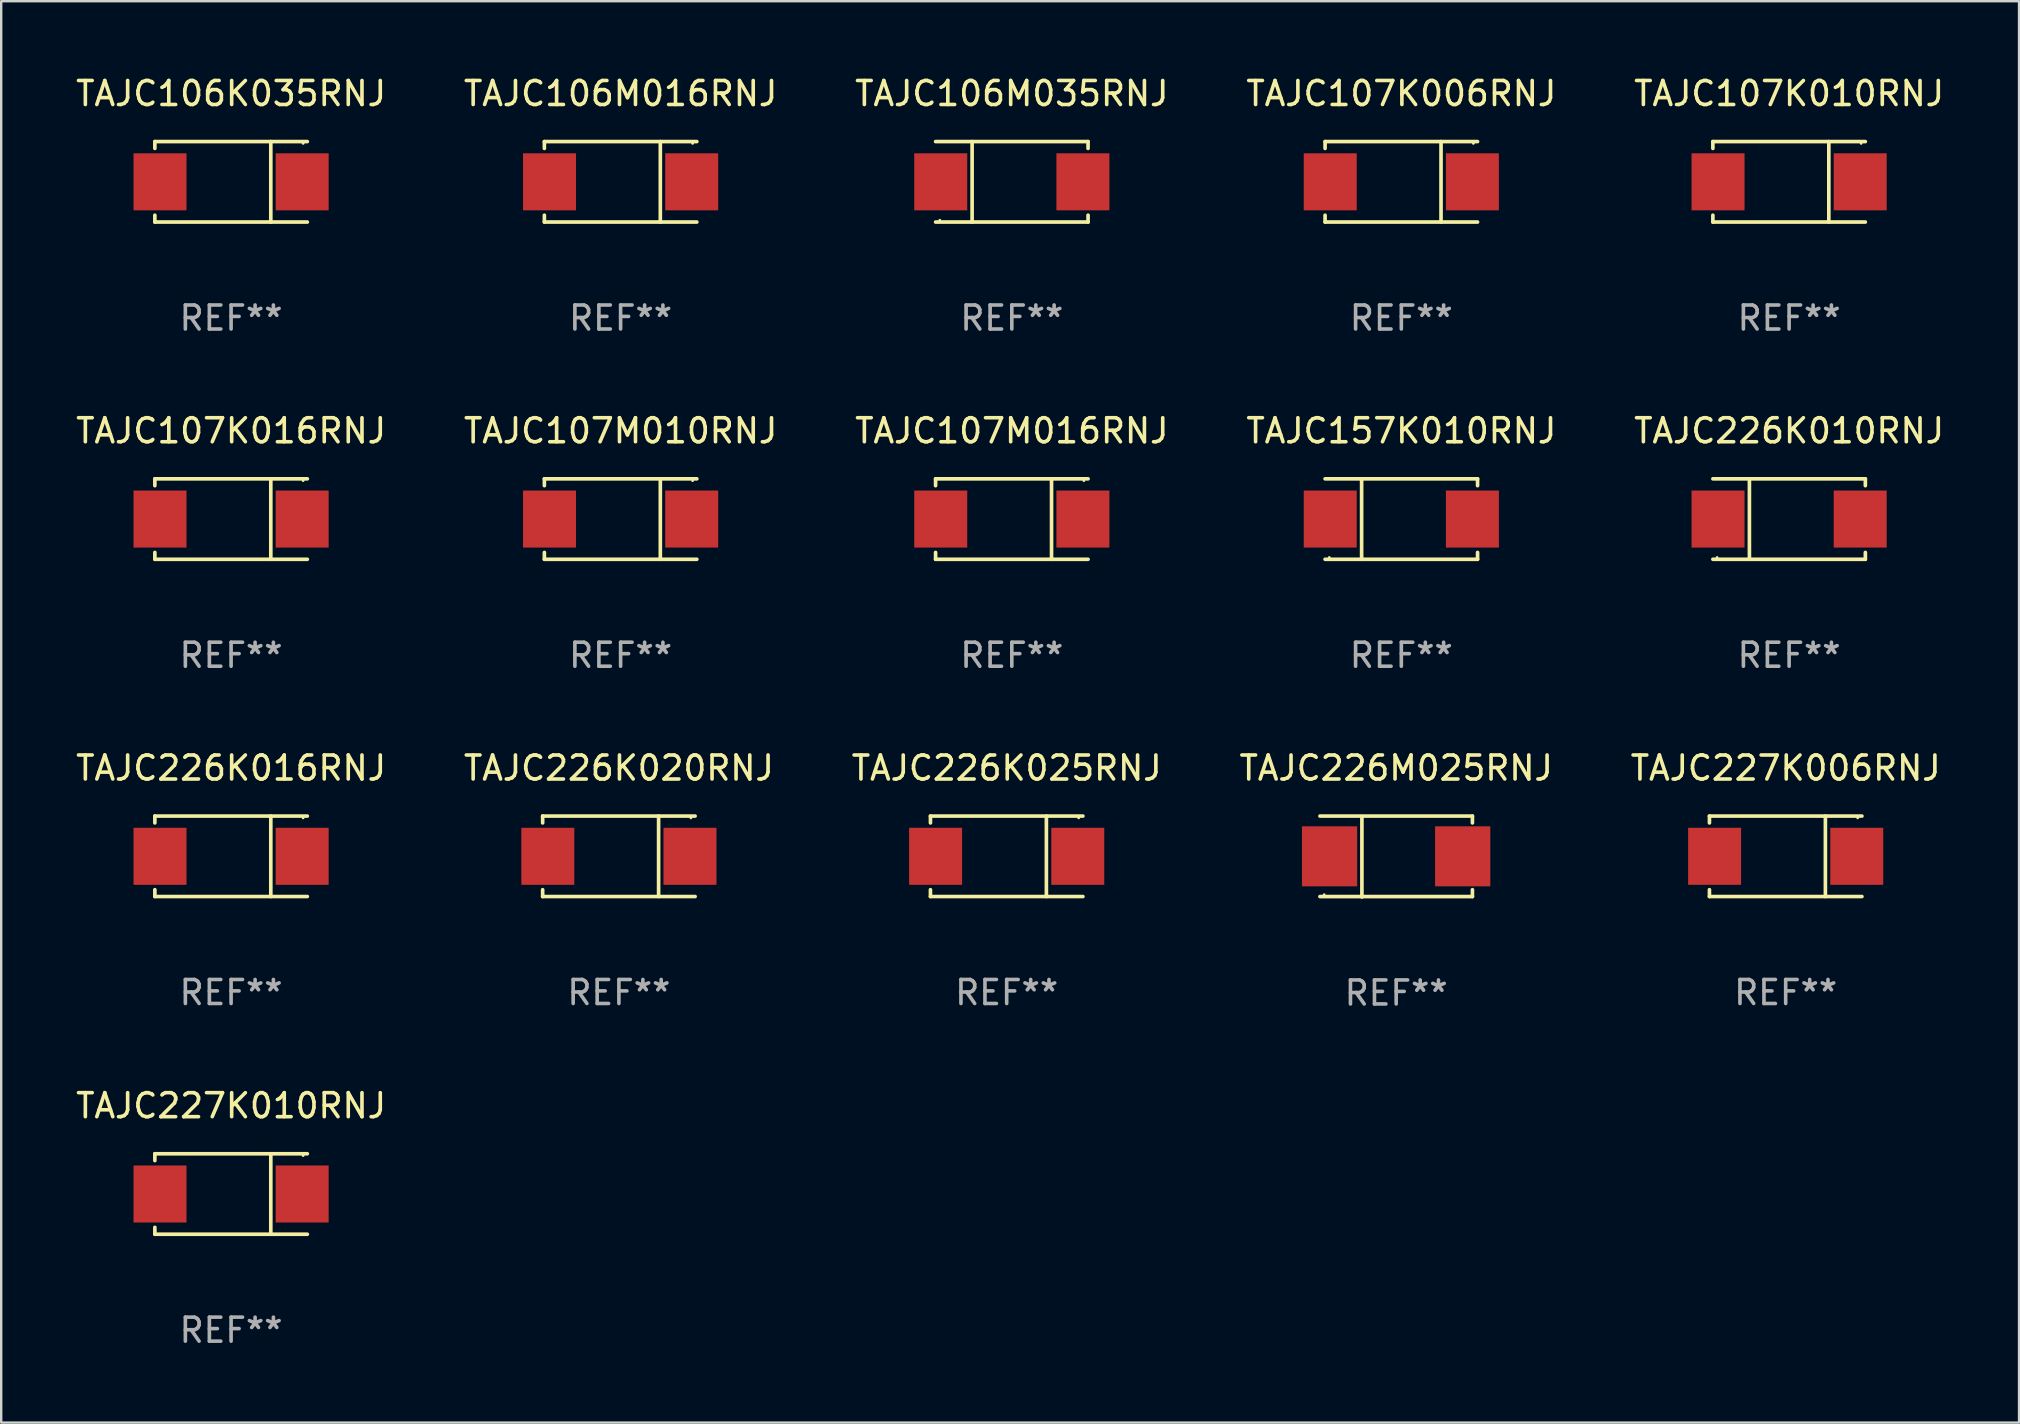
<source format=kicad_pcb>
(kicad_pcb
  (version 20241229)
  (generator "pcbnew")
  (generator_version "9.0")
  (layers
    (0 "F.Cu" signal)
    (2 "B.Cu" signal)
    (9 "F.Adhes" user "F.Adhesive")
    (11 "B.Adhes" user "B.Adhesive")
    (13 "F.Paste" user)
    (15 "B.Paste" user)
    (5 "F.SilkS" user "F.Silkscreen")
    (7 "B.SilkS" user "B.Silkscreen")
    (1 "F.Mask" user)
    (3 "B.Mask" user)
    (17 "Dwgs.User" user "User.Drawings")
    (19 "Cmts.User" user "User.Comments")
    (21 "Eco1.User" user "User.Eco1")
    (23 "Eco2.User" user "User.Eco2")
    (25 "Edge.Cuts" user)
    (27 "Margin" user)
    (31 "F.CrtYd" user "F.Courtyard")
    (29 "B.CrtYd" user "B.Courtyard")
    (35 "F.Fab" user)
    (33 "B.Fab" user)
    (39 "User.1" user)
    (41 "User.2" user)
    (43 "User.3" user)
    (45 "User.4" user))
  (footprint "TAJC157K010RNJ"
    (layer "F.Cu")
    (at 55.327 18.573)
    (property "Reference" "TAJC157K010RNJ" (at 0 -3.676 0) (layer "F.SilkS") (effects (font (size 1 1) (thickness 0.15))))
    (attr through_hole)
    (fp_line (start -1.654 1.676) (end -1.654 -1.676) (stroke (width 0.152) (type solid)) (layer "F.SilkS"))
    (fp_line (start 3.176 -1.676) (end -3.176 -1.676) (stroke (width 0.152) (type solid)) (layer "F.SilkS"))
    (fp_line (start 3.176 -1.676) (end 3.176 -1.391) (stroke (width 0.152) (type solid)) (layer "F.SilkS"))
    (fp_line (start 3.176 1.676) (end -3.176 1.676) (stroke (width 0.152) (type solid)) (layer "F.SilkS"))
    (fp_line (start 3.176 1.676) (end 3.176 1.391) (stroke (width 0.152) (type solid)) (layer "F.SilkS"))
    (fp_circle (center -3 1.6) (end -2.97 1.6) (stroke (width 0.06) (type solid)) (fill no) (layer "F.SilkS"))
    (fp_text user "REF**" (at 0 5.676 0) (layer "F.Fab") (effects (font (size 1 1) (thickness 0.15))))
    (pad "1" smd rect (at -2.961 -0.000051 180) (size 2.207 2.376) (layers "F.Cu" "F.Mask" "F.Paste"))
    (pad "2" smd rect (at 2.961 -0.000051 180) (size 2.207 2.376) (layers "F.Cu" "F.Mask" "F.Paste")))
  (footprint "TAJC106K035RNJ"
    (layer "F.Cu")
    (at 6.577 4.524)
    (property "Reference" "TAJC106K035RNJ" (at 0 -3.676 0) (layer "F.SilkS") (effects (font (size 1 1) (thickness 0.15))))
    (attr through_hole)
    (fp_line (start -3.176 -1.676) (end -3.176 -1.391) (stroke (width 0.152) (type solid)) (layer "F.SilkS"))
    (fp_line (start -3.176 -1.676) (end 3.176 -1.676) (stroke (width 0.152) (type solid)) (layer "F.SilkS"))
    (fp_line (start -3.176 1.676) (end -3.176 1.391) (stroke (width 0.152) (type solid)) (layer "F.SilkS"))
    (fp_line (start -3.176 1.676) (end 3.176 1.676) (stroke (width 0.152) (type solid)) (layer "F.SilkS"))
    (fp_line (start 1.654 -1.676) (end 1.654 1.676) (stroke (width 0.152) (type solid)) (layer "F.SilkS"))
    (fp_circle (center 3 -1.6) (end 3.03 -1.6) (stroke (width 0.06) (type solid)) (fill no) (layer "F.SilkS"))
    (fp_text user "REF**" (at 0 5.676 0) (layer "F.Fab") (effects (font (size 1 1) (thickness 0.15))))
    (pad "1" smd rect (at 2.961 0) (size 2.207 2.376) (layers "F.Cu" "F.Mask" "F.Paste"))
    (pad "2" smd rect (at -2.961 0) (size 2.207 2.376) (layers "F.Cu" "F.Mask" "F.Paste")))
  (footprint "TAJC226K010RNJ"
    (layer "F.Cu")
    (at 71.482 18.573)
    (property "Reference" "TAJC226K010RNJ" (at 0 -3.676 0) (layer "F.SilkS") (effects (font (size 1 1) (thickness 0.15))))
    (attr through_hole)
    (fp_line (start -1.654 1.676) (end -1.654 -1.676) (stroke (width 0.152) (type solid)) (layer "F.SilkS"))
    (fp_line (start 3.176 -1.676) (end -3.176 -1.676) (stroke (width 0.152) (type solid)) (layer "F.SilkS"))
    (fp_line (start 3.176 -1.676) (end 3.176 -1.391) (stroke (width 0.152) (type solid)) (layer "F.SilkS"))
    (fp_line (start 3.176 1.676) (end -3.176 1.676) (stroke (width 0.152) (type solid)) (layer "F.SilkS"))
    (fp_line (start 3.176 1.676) (end 3.176 1.391) (stroke (width 0.152) (type solid)) (layer "F.SilkS"))
    (fp_circle (center -3 1.6) (end -2.97 1.6) (stroke (width 0.06) (type solid)) (fill no) (layer "F.SilkS"))
    (fp_text user "REF**" (at 0 5.676 0) (layer "F.Fab") (effects (font (size 1 1) (thickness 0.15))))
    (pad "1" smd rect (at -2.961 -0.000051 180) (size 2.207 2.376) (layers "F.Cu" "F.Mask" "F.Paste"))
    (pad "2" smd rect (at 2.961 -0.000051 180) (size 2.207 2.376) (layers "F.Cu" "F.Mask" "F.Paste")))
  (footprint "TAJC226K016RNJ"
    (layer "F.Cu")
    (at 6.577 32.622)
    (property "Reference" "TAJC226K016RNJ" (at 0 -3.676 0) (layer "F.SilkS") (effects (font (size 1 1) (thickness 0.15))))
    (attr through_hole)
    (fp_line (start -3.176 -1.676) (end -3.176 -1.391) (stroke (width 0.152) (type solid)) (layer "F.SilkS"))
    (fp_line (start -3.176 -1.676) (end 3.176 -1.676) (stroke (width 0.152) (type solid)) (layer "F.SilkS"))
    (fp_line (start -3.176 1.676) (end -3.176 1.391) (stroke (width 0.152) (type solid)) (layer "F.SilkS"))
    (fp_line (start -3.176 1.676) (end 3.176 1.676) (stroke (width 0.152) (type solid)) (layer "F.SilkS"))
    (fp_line (start 1.654 -1.676) (end 1.654 1.676) (stroke (width 0.152) (type solid)) (layer "F.SilkS"))
    (fp_circle (center 3 -1.6) (end 3.03 -1.6) (stroke (width 0.06) (type solid)) (fill no) (layer "F.SilkS"))
    (fp_text user "REF**" (at 0 5.676 0) (layer "F.Fab") (effects (font (size 1 1) (thickness 0.15))))
    (pad "1" smd rect (at 2.961 0) (size 2.207 2.376) (layers "F.Cu" "F.Mask" "F.Paste"))
    (pad "2" smd rect (at -2.961 0) (size 2.207 2.376) (layers "F.Cu" "F.Mask" "F.Paste")))
  (footprint "TAJC106M035RNJ"
    (layer "F.Cu")
    (at 39.101 4.524)
    (property "Reference" "TAJC106M035RNJ" (at 0 -3.676 0) (layer "F.SilkS") (effects (font (size 1 1) (thickness 0.15))))
    (attr through_hole)
    (fp_line (start -1.654 1.676) (end -1.654 -1.676) (stroke (width 0.152) (type solid)) (layer "F.SilkS"))
    (fp_line (start 3.176 -1.676) (end -3.176 -1.676) (stroke (width 0.152) (type solid)) (layer "F.SilkS"))
    (fp_line (start 3.176 -1.676) (end 3.176 -1.391) (stroke (width 0.152) (type solid)) (layer "F.SilkS"))
    (fp_line (start 3.176 1.676) (end -3.176 1.676) (stroke (width 0.152) (type solid)) (layer "F.SilkS"))
    (fp_line (start 3.176 1.676) (end 3.176 1.391) (stroke (width 0.152) (type solid)) (layer "F.SilkS"))
    (fp_circle (center -3 1.6) (end -2.97 1.6) (stroke (width 0.06) (type solid)) (fill no) (layer "F.SilkS"))
    (fp_text user "REF**" (at 0 5.676 0) (layer "F.Fab") (effects (font (size 1 1) (thickness 0.15))))
    (pad "1" smd rect (at -2.961 -0.000051 180) (size 2.207 2.376) (layers "F.Cu" "F.Mask" "F.Paste"))
    (pad "2" smd rect (at 2.961 -0.000051 180) (size 2.207 2.376) (layers "F.Cu" "F.Mask" "F.Paste")))
  (footprint "TAJC107M010RNJ"
    (layer "F.Cu")
    (at 22.804 18.573)
    (property "Reference" "TAJC107M010RNJ" (at 0 -3.676 0) (layer "F.SilkS") (effects (font (size 1 1) (thickness 0.15))))
    (attr through_hole)
    (fp_line (start -3.176 -1.676) (end -3.176 -1.391) (stroke (width 0.152) (type solid)) (layer "F.SilkS"))
    (fp_line (start -3.176 -1.676) (end 3.176 -1.676) (stroke (width 0.152) (type solid)) (layer "F.SilkS"))
    (fp_line (start -3.176 1.676) (end -3.176 1.391) (stroke (width 0.152) (type solid)) (layer "F.SilkS"))
    (fp_line (start -3.176 1.676) (end 3.176 1.676) (stroke (width 0.152) (type solid)) (layer "F.SilkS"))
    (fp_line (start 1.654 -1.676) (end 1.654 1.676) (stroke (width 0.152) (type solid)) (layer "F.SilkS"))
    (fp_circle (center 3 -1.6) (end 3.03 -1.6) (stroke (width 0.06) (type solid)) (fill no) (layer "F.SilkS"))
    (fp_text user "REF**" (at 0 5.676 0) (layer "F.Fab") (effects (font (size 1 1) (thickness 0.15))))
    (pad "1" smd rect (at 2.961 0) (size 2.207 2.376) (layers "F.Cu" "F.Mask" "F.Paste"))
    (pad "2" smd rect (at -2.961 0) (size 2.207 2.376) (layers "F.Cu" "F.Mask" "F.Paste")))
  (footprint "TAJC226K020RNJ"
    (layer "F.Cu")
    (at 22.732 32.622)
    (property "Reference" "TAJC226K020RNJ" (at 0 -3.676 0) (layer "F.SilkS") (effects (font (size 1 1) (thickness 0.15))))
    (attr through_hole)
    (fp_line (start -3.176 -1.676) (end -3.176 -1.391) (stroke (width 0.152) (type solid)) (layer "F.SilkS"))
    (fp_line (start -3.176 -1.676) (end 3.176 -1.676) (stroke (width 0.152) (type solid)) (layer "F.SilkS"))
    (fp_line (start -3.176 1.676) (end -3.176 1.391) (stroke (width 0.152) (type solid)) (layer "F.SilkS"))
    (fp_line (start -3.176 1.676) (end 3.176 1.676) (stroke (width 0.152) (type solid)) (layer "F.SilkS"))
    (fp_line (start 1.654 -1.676) (end 1.654 1.676) (stroke (width 0.152) (type solid)) (layer "F.SilkS"))
    (fp_circle (center 3 -1.6) (end 3.03 -1.6) (stroke (width 0.06) (type solid)) (fill no) (layer "F.SilkS"))
    (fp_text user "REF**" (at 0 5.676 0) (layer "F.Fab") (effects (font (size 1 1) (thickness 0.15))))
    (pad "1" smd rect (at 2.961 0) (size 2.207 2.376) (layers "F.Cu" "F.Mask" "F.Paste"))
    (pad "2" smd rect (at -2.961 0) (size 2.207 2.376) (layers "F.Cu" "F.Mask" "F.Paste")))
  (footprint "TAJC107M016RNJ"
    (layer "F.Cu")
    (at 39.101 18.573)
    (property "Reference" "TAJC107M016RNJ" (at 0 -3.676 0) (layer "F.SilkS") (effects (font (size 1 1) (thickness 0.15))))
    (attr through_hole)
    (fp_line (start -3.176 -1.676) (end -3.176 -1.391) (stroke (width 0.152) (type solid)) (layer "F.SilkS"))
    (fp_line (start -3.176 -1.676) (end 3.176 -1.676) (stroke (width 0.152) (type solid)) (layer "F.SilkS"))
    (fp_line (start -3.176 1.676) (end -3.176 1.391) (stroke (width 0.152) (type solid)) (layer "F.SilkS"))
    (fp_line (start -3.176 1.676) (end 3.176 1.676) (stroke (width 0.152) (type solid)) (layer "F.SilkS"))
    (fp_line (start 1.654 -1.676) (end 1.654 1.676) (stroke (width 0.152) (type solid)) (layer "F.SilkS"))
    (fp_circle (center 3 -1.6) (end 3.03 -1.6) (stroke (width 0.06) (type solid)) (fill no) (layer "F.SilkS"))
    (fp_text user "REF**" (at 0 5.676 0) (layer "F.Fab") (effects (font (size 1 1) (thickness 0.15))))
    (pad "1" smd rect (at 2.961 0) (size 2.207 2.376) (layers "F.Cu" "F.Mask" "F.Paste"))
    (pad "2" smd rect (at -2.961 0) (size 2.207 2.376) (layers "F.Cu" "F.Mask" "F.Paste")))
  (footprint "TAJC227K006RNJ"
    (layer "F.Cu")
    (at 71.339 32.622)
    (property "Reference" "TAJC227K006RNJ" (at 0 -3.676 0) (layer "F.SilkS") (effects (font (size 1 1) (thickness 0.15))))
    (attr through_hole)
    (fp_line (start -3.176 -1.676) (end -3.176 -1.391) (stroke (width 0.152) (type solid)) (layer "F.SilkS"))
    (fp_line (start -3.176 -1.676) (end 3.176 -1.676) (stroke (width 0.152) (type solid)) (layer "F.SilkS"))
    (fp_line (start -3.176 1.676) (end -3.176 1.391) (stroke (width 0.152) (type solid)) (layer "F.SilkS"))
    (fp_line (start -3.176 1.676) (end 3.176 1.676) (stroke (width 0.152) (type solid)) (layer "F.SilkS"))
    (fp_line (start 1.654 -1.676) (end 1.654 1.676) (stroke (width 0.152) (type solid)) (layer "F.SilkS"))
    (fp_circle (center 3 -1.6) (end 3.03 -1.6) (stroke (width 0.06) (type solid)) (fill no) (layer "F.SilkS"))
    (fp_text user "REF**" (at 0 5.676 0) (layer "F.Fab") (effects (font (size 1 1) (thickness 0.15))))
    (pad "1" smd rect (at 2.961 0) (size 2.207 2.376) (layers "F.Cu" "F.Mask" "F.Paste"))
    (pad "2" smd rect (at -2.961 0) (size 2.207 2.376) (layers "F.Cu" "F.Mask" "F.Paste")))
  (footprint "TAJC226K025RNJ"
    (layer "F.Cu")
    (at 38.887 32.622)
    (property "Reference" "TAJC226K025RNJ" (at 0 -3.676 0) (layer "F.SilkS") (effects (font (size 1 1) (thickness 0.15))))
    (attr through_hole)
    (fp_line (start -3.176 -1.676) (end -3.176 -1.391) (stroke (width 0.152) (type solid)) (layer "F.SilkS"))
    (fp_line (start -3.176 -1.676) (end 3.176 -1.676) (stroke (width 0.152) (type solid)) (layer "F.SilkS"))
    (fp_line (start -3.176 1.676) (end -3.176 1.391) (stroke (width 0.152) (type solid)) (layer "F.SilkS"))
    (fp_line (start -3.176 1.676) (end 3.176 1.676) (stroke (width 0.152) (type solid)) (layer "F.SilkS"))
    (fp_line (start 1.654 -1.676) (end 1.654 1.676) (stroke (width 0.152) (type solid)) (layer "F.SilkS"))
    (fp_circle (center 3 -1.6) (end 3.03 -1.6) (stroke (width 0.06) (type solid)) (fill no) (layer "F.SilkS"))
    (fp_text user "REF**" (at 0 5.676 0) (layer "F.Fab") (effects (font (size 1 1) (thickness 0.15))))
    (pad "1" smd rect (at 2.961 0) (size 2.207 2.376) (layers "F.Cu" "F.Mask" "F.Paste"))
    (pad "2" smd rect (at -2.961 0) (size 2.207 2.376) (layers "F.Cu" "F.Mask" "F.Paste")))
  (footprint "TAJC107K016RNJ"
    (layer "F.Cu")
    (at 6.577 18.573)
    (property "Reference" "TAJC107K016RNJ" (at 0 -3.676 0) (layer "F.SilkS") (effects (font (size 1 1) (thickness 0.15))))
    (attr through_hole)
    (fp_line (start -3.176 -1.676) (end -3.176 -1.391) (stroke (width 0.152) (type solid)) (layer "F.SilkS"))
    (fp_line (start -3.176 -1.676) (end 3.176 -1.676) (stroke (width 0.152) (type solid)) (layer "F.SilkS"))
    (fp_line (start -3.176 1.676) (end -3.176 1.391) (stroke (width 0.152) (type solid)) (layer "F.SilkS"))
    (fp_line (start -3.176 1.676) (end 3.176 1.676) (stroke (width 0.152) (type solid)) (layer "F.SilkS"))
    (fp_line (start 1.654 -1.676) (end 1.654 1.676) (stroke (width 0.152) (type solid)) (layer "F.SilkS"))
    (fp_circle (center 3 -1.6) (end 3.03 -1.6) (stroke (width 0.06) (type solid)) (fill no) (layer "F.SilkS"))
    (fp_text user "REF**" (at 0 5.676 0) (layer "F.Fab") (effects (font (size 1 1) (thickness 0.15))))
    (pad "1" smd rect (at 2.961 0) (size 2.207 2.376) (layers "F.Cu" "F.Mask" "F.Paste"))
    (pad "2" smd rect (at -2.961 0) (size 2.207 2.376) (layers "F.Cu" "F.Mask" "F.Paste")))
  (footprint "TAJC107K006RNJ"
    (layer "F.Cu")
    (at 55.327 4.524)
    (property "Reference" "TAJC107K006RNJ" (at 0 -3.676 0) (layer "F.SilkS") (effects (font (size 1 1) (thickness 0.15))))
    (attr through_hole)
    (fp_line (start -3.176 -1.676) (end -3.176 -1.391) (stroke (width 0.152) (type solid)) (layer "F.SilkS"))
    (fp_line (start -3.176 -1.676) (end 3.176 -1.676) (stroke (width 0.152) (type solid)) (layer "F.SilkS"))
    (fp_line (start -3.176 1.676) (end -3.176 1.391) (stroke (width 0.152) (type solid)) (layer "F.SilkS"))
    (fp_line (start -3.176 1.676) (end 3.176 1.676) (stroke (width 0.152) (type solid)) (layer "F.SilkS"))
    (fp_line (start 1.654 -1.676) (end 1.654 1.676) (stroke (width 0.152) (type solid)) (layer "F.SilkS"))
    (fp_circle (center 3 -1.6) (end 3.03 -1.6) (stroke (width 0.06) (type solid)) (fill no) (layer "F.SilkS"))
    (fp_text user "REF**" (at 0 5.676 0) (layer "F.Fab") (effects (font (size 1 1) (thickness 0.15))))
    (pad "1" smd rect (at 2.961 0) (size 2.207 2.376) (layers "F.Cu" "F.Mask" "F.Paste"))
    (pad "2" smd rect (at -2.961 0) (size 2.207 2.376) (layers "F.Cu" "F.Mask" "F.Paste")))
  (footprint "TAJC227K010RNJ"
    (layer "F.Cu")
    (at 6.577 46.69)
    (property "Reference" "TAJC227K010RNJ" (at 0 -3.676 0) (layer "F.SilkS") (effects (font (size 1 1) (thickness 0.15))))
    (attr through_hole)
    (fp_line (start -3.176 -1.676) (end -3.176 -1.391) (stroke (width 0.152) (type solid)) (layer "F.SilkS"))
    (fp_line (start -3.176 -1.676) (end 3.176 -1.676) (stroke (width 0.152) (type solid)) (layer "F.SilkS"))
    (fp_line (start -3.176 1.676) (end -3.176 1.391) (stroke (width 0.152) (type solid)) (layer "F.SilkS"))
    (fp_line (start -3.176 1.676) (end 3.176 1.676) (stroke (width 0.152) (type solid)) (layer "F.SilkS"))
    (fp_line (start 1.654 -1.676) (end 1.654 1.676) (stroke (width 0.152) (type solid)) (layer "F.SilkS"))
    (fp_circle (center 3 -1.6) (end 3.03 -1.6) (stroke (width 0.06) (type solid)) (fill no) (layer "F.SilkS"))
    (fp_text user "REF**" (at 0 5.676 0) (layer "F.Fab") (effects (font (size 1 1) (thickness 0.15))))
    (pad "1" smd rect (at 2.961 0) (size 2.207 2.376) (layers "F.Cu" "F.Mask" "F.Paste"))
    (pad "2" smd rect (at -2.961 0) (size 2.207 2.376) (layers "F.Cu" "F.Mask" "F.Paste")))
  (footprint "TAJC226M025RNJ"
    (layer "F.Cu")
    (at 55.113 32.632)
    (property "Reference" "TAJC226M025RNJ" (at 0 -3.686 0) (layer "F.SilkS") (effects (font (size 1 1) (thickness 0.15))))
    (attr through_hole)
    (fp_line (start -1.428 1.686) (end -1.428 -1.667) (stroke (width 0.152) (type solid)) (layer "F.SilkS"))
    (fp_line (start 3.176 -1.686) (end -3.176 -1.686) (stroke (width 0.152) (type solid)) (layer "F.SilkS"))
    (fp_line (start 3.176 -1.686) (end 3.176 -1.401) (stroke (width 0.152) (type solid)) (layer "F.SilkS"))
    (fp_line (start 3.176 1.667) (end -3.176 1.667) (stroke (width 0.152) (type solid)) (layer "F.SilkS"))
    (fp_line (start 3.176 1.667) (end 3.176 1.382) (stroke (width 0.152) (type solid)) (layer "F.SilkS"))
    (fp_circle (center -3 1.59) (end -2.97 1.59) (stroke (width 0.06) (type solid)) (fill no) (layer "F.SilkS"))
    (fp_text user "REF**" (at 0 5.686 0) (layer "F.Fab") (effects (font (size 1 1) (thickness 0.15))))
    (pad "1" smd rect (at -2.776 -0.009) (size 2.3 2.5) (layers "F.Cu" "F.Mask" "F.Paste"))
    (pad "2" smd rect (at 2.771 -0.009) (size 2.3 2.5) (layers "F.Cu" "F.Mask" "F.Paste")))
  (footprint "TAJC107K010RNJ"
    (layer "F.Cu")
    (at 71.482 4.524)
    (property "Reference" "TAJC107K010RNJ" (at 0 -3.676 0) (layer "F.SilkS") (effects (font (size 1 1) (thickness 0.15))))
    (attr through_hole)
    (fp_line (start -3.176 -1.676) (end -3.176 -1.391) (stroke (width 0.152) (type solid)) (layer "F.SilkS"))
    (fp_line (start -3.176 -1.676) (end 3.176 -1.676) (stroke (width 0.152) (type solid)) (layer "F.SilkS"))
    (fp_line (start -3.176 1.676) (end -3.176 1.391) (stroke (width 0.152) (type solid)) (layer "F.SilkS"))
    (fp_line (start -3.176 1.676) (end 3.176 1.676) (stroke (width 0.152) (type solid)) (layer "F.SilkS"))
    (fp_line (start 1.654 -1.676) (end 1.654 1.676) (stroke (width 0.152) (type solid)) (layer "F.SilkS"))
    (fp_circle (center 3 -1.6) (end 3.03 -1.6) (stroke (width 0.06) (type solid)) (fill no) (layer "F.SilkS"))
    (fp_text user "REF**" (at 0 5.676 0) (layer "F.Fab") (effects (font (size 1 1) (thickness 0.15))))
    (pad "1" smd rect (at 2.961 0) (size 2.207 2.376) (layers "F.Cu" "F.Mask" "F.Paste"))
    (pad "2" smd rect (at -2.961 0) (size 2.207 2.376) (layers "F.Cu" "F.Mask" "F.Paste")))
  (footprint "TAJC106M016RNJ"
    (layer "F.Cu")
    (at 22.804 4.524)
    (property "Reference" "TAJC106M016RNJ" (at 0 -3.676 0) (layer "F.SilkS") (effects (font (size 1 1) (thickness 0.15))))
    (attr through_hole)
    (fp_line (start -3.176 -1.676) (end -3.176 -1.391) (stroke (width 0.152) (type solid)) (layer "F.SilkS"))
    (fp_line (start -3.176 -1.676) (end 3.176 -1.676) (stroke (width 0.152) (type solid)) (layer "F.SilkS"))
    (fp_line (start -3.176 1.676) (end -3.176 1.391) (stroke (width 0.152) (type solid)) (layer "F.SilkS"))
    (fp_line (start -3.176 1.676) (end 3.176 1.676) (stroke (width 0.152) (type solid)) (layer "F.SilkS"))
    (fp_line (start 1.654 -1.676) (end 1.654 1.676) (stroke (width 0.152) (type solid)) (layer "F.SilkS"))
    (fp_circle (center 3 -1.6) (end 3.03 -1.6) (stroke (width 0.06) (type solid)) (fill no) (layer "F.SilkS"))
    (fp_text user "REF**" (at 0 5.676 0) (layer "F.Fab") (effects (font (size 1 1) (thickness 0.15))))
    (pad "1" smd rect (at 2.961 0) (size 2.207 2.376) (layers "F.Cu" "F.Mask" "F.Paste"))
    (pad "2" smd rect (at -2.961 0) (size 2.207 2.376) (layers "F.Cu" "F.Mask" "F.Paste")))
  (gr_rect
    (start -3 -3)
    (end 81.06 56.214)
    (stroke (width 0.1) (type default))
    (fill no)
    (layer "Edge.Cuts")))
</source>
